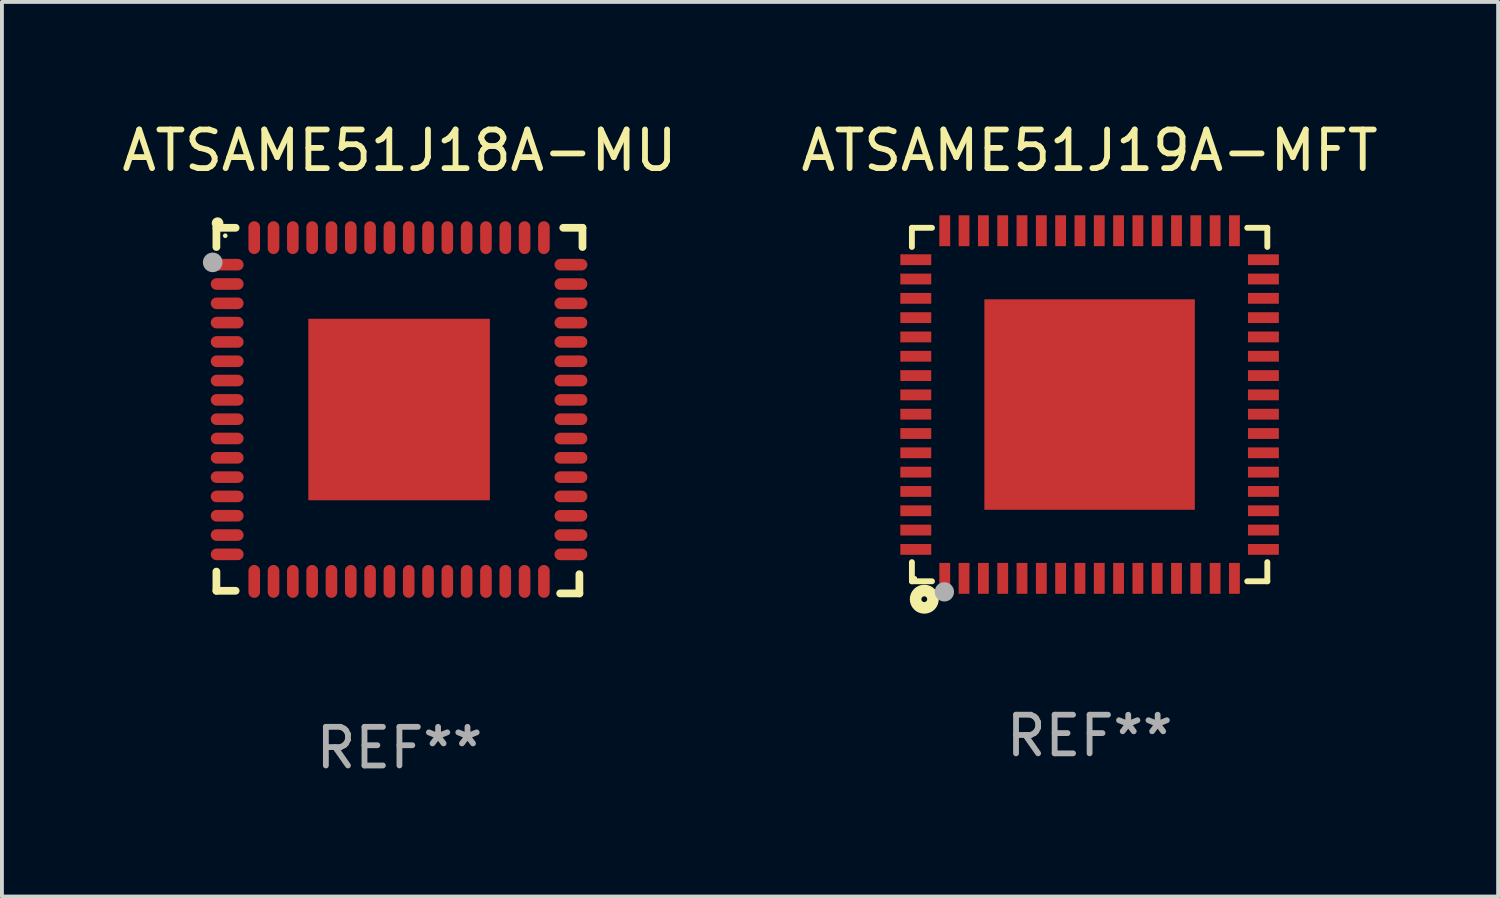
<source format=kicad_pcb>
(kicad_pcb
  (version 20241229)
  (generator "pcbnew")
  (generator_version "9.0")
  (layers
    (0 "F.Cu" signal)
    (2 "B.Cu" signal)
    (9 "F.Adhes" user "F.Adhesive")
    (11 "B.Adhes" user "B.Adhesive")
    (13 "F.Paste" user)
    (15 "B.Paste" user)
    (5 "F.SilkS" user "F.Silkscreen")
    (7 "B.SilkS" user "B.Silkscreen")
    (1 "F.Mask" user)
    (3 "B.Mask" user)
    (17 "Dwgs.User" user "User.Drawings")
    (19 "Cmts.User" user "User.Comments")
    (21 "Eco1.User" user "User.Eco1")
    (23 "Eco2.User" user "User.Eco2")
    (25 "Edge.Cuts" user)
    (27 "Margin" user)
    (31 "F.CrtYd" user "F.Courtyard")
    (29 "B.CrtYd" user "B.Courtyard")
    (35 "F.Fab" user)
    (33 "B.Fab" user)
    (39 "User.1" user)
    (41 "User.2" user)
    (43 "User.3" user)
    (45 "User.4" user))
  (footprint "ATSAME51J18A-MU"
    (layer "F.Cu")
    (at 7.292 7.581)
    (property "Reference" "ATSAME51J18A-MU" (at 0 -6.733 0) (layer "F.SilkS") (effects (font (size 1 1) (thickness 0.15))))
    (attr through_hole)
    (fp_line (start -4.739 -4.733) (end -4.241 -4.733) (stroke (width 0.2) (type solid)) (layer "F.SilkS"))
    (fp_line (start -4.739 -4.235) (end -4.739 -4.733) (stroke (width 0.2) (type solid)) (layer "F.SilkS"))
    (fp_line (start -4.739 4.168) (end -4.739 4.665) (stroke (width 0.2) (type solid)) (layer "F.SilkS"))
    (fp_line (start -4.739 4.665) (end -4.241 4.665) (stroke (width 0.2) (type solid)) (layer "F.SilkS"))
    (fp_line (start 4.161 4.733) (end 4.659 4.733) (stroke (width 0.2) (type solid)) (layer "F.SilkS"))
    (fp_line (start 4.241 -4.733) (end 4.739 -4.733) (stroke (width 0.2) (type solid)) (layer "F.SilkS"))
    (fp_line (start 4.659 4.733) (end 4.659 4.235) (stroke (width 0.2) (type solid)) (layer "F.SilkS"))
    (fp_line (start 4.739 -4.733) (end 4.739 -4.235) (stroke (width 0.2) (type solid)) (layer "F.SilkS"))
    (fp_arc (start -4.708623 -4.85108) (mid -4.708628 -4.85235) (end -4.708623 -4.85362) (stroke (width 0.3) (type solid)) (layer "F.SilkS"))
    (fp_circle (center -4.51 -4.528) (end -4.48 -4.528) (stroke (width 0.06) (type solid)) (fill no) (layer "F.SilkS"))
    (fp_circle (center -4.835 -3.838) (end -4.708 -3.838) (stroke (width 0.254) (type solid)) (fill no) (layer "F.Fab"))
    (fp_text user "REF**" (at 0 8.733 0) (layer "F.Fab") (effects (font (size 1 1) (thickness 0.15))))
    (pad "1" smd oval (at -4.46 -3.778) (size 0.85 0.3) (layers "F.Cu" "F.Mask" "F.Paste"))
    (pad "2" smd oval (at -4.46 -3.278) (size 0.85 0.3) (layers "F.Cu" "F.Mask" "F.Paste"))
    (pad "3" smd oval (at -4.46 -2.778) (size 0.85 0.3) (layers "F.Cu" "F.Mask" "F.Paste"))
    (pad "4" smd oval (at -4.46 -2.278) (size 0.85 0.3) (layers "F.Cu" "F.Mask" "F.Paste"))
    (pad "5" smd oval (at -4.46 -1.778) (size 0.85 0.3) (layers "F.Cu" "F.Mask" "F.Paste"))
    (pad "6" smd oval (at -4.46 -1.278) (size 0.85 0.3) (layers "F.Cu" "F.Mask" "F.Paste"))
    (pad "7" smd oval (at -4.46 -0.778) (size 0.85 0.3) (layers "F.Cu" "F.Mask" "F.Paste"))
    (pad "8" smd oval (at -4.46 -0.278) (size 0.85 0.3) (layers "F.Cu" "F.Mask" "F.Paste"))
    (pad "9" smd oval (at -4.46 0.222) (size 0.85 0.3) (layers "F.Cu" "F.Mask" "F.Paste"))
    (pad "10" smd oval (at -4.46 0.722) (size 0.85 0.3) (layers "F.Cu" "F.Mask" "F.Paste"))
    (pad "11" smd oval (at -4.46 1.222) (size 0.85 0.3) (layers "F.Cu" "F.Mask" "F.Paste"))
    (pad "12" smd oval (at -4.46 1.722) (size 0.85 0.3) (layers "F.Cu" "F.Mask" "F.Paste"))
    (pad "13" smd oval (at -4.46 2.222) (size 0.85 0.3) (layers "F.Cu" "F.Mask" "F.Paste"))
    (pad "14" smd oval (at -4.46 2.722) (size 0.85 0.3) (layers "F.Cu" "F.Mask" "F.Paste"))
    (pad "15" smd oval (at -4.46 3.222) (size 0.85 0.3) (layers "F.Cu" "F.Mask" "F.Paste"))
    (pad "16" smd oval (at -4.46 3.722) (size 0.85 0.3) (layers "F.Cu" "F.Mask" "F.Paste"))
    (pad "17" smd oval (at -3.76 4.422) (size 0.3 0.85) (layers "F.Cu" "F.Mask" "F.Paste"))
    (pad "18" smd oval (at -3.26 4.422) (size 0.3 0.85) (layers "F.Cu" "F.Mask" "F.Paste"))
    (pad "19" smd oval (at -2.76 4.422) (size 0.3 0.85) (layers "F.Cu" "F.Mask" "F.Paste"))
    (pad "20" smd oval (at -2.26 4.422) (size 0.3 0.85) (layers "F.Cu" "F.Mask" "F.Paste"))
    (pad "21" smd oval (at -1.76 4.422) (size 0.3 0.85) (layers "F.Cu" "F.Mask" "F.Paste"))
    (pad "22" smd oval (at -1.26 4.422) (size 0.3 0.85) (layers "F.Cu" "F.Mask" "F.Paste"))
    (pad "23" smd oval (at -0.76 4.422) (size 0.3 0.85) (layers "F.Cu" "F.Mask" "F.Paste"))
    (pad "24" smd oval (at -0.26 4.422) (size 0.3 0.85) (layers "F.Cu" "F.Mask" "F.Paste"))
    (pad "25" smd oval (at 0.24 4.422) (size 0.3 0.85) (layers "F.Cu" "F.Mask" "F.Paste"))
    (pad "26" smd oval (at 0.74 4.422) (size 0.3 0.85) (layers "F.Cu" "F.Mask" "F.Paste"))
    (pad "27" smd oval (at 1.24 4.422) (size 0.3 0.85) (layers "F.Cu" "F.Mask" "F.Paste"))
    (pad "28" smd oval (at 1.74 4.422) (size 0.3 0.85) (layers "F.Cu" "F.Mask" "F.Paste"))
    (pad "29" smd oval (at 2.24 4.422) (size 0.3 0.85) (layers "F.Cu" "F.Mask" "F.Paste"))
    (pad "30" smd oval (at 2.74 4.422) (size 0.3 0.85) (layers "F.Cu" "F.Mask" "F.Paste"))
    (pad "31" smd oval (at 3.24 4.422) (size 0.3 0.85) (layers "F.Cu" "F.Mask" "F.Paste"))
    (pad "32" smd oval (at 3.74 4.422) (size 0.3 0.85) (layers "F.Cu" "F.Mask" "F.Paste"))
    (pad "33" smd oval (at 4.44 3.723) (size 0.85 0.3) (layers "F.Cu" "F.Mask" "F.Paste"))
    (pad "34" smd oval (at 4.44 3.222) (size 0.85 0.3) (layers "F.Cu" "F.Mask" "F.Paste"))
    (pad "35" smd oval (at 4.44 2.723) (size 0.85 0.3) (layers "F.Cu" "F.Mask" "F.Paste"))
    (pad "36" smd oval (at 4.44 2.222) (size 0.85 0.3) (layers "F.Cu" "F.Mask" "F.Paste"))
    (pad "37" smd oval (at 4.44 1.723) (size 0.85 0.3) (layers "F.Cu" "F.Mask" "F.Paste"))
    (pad "38" smd oval (at 4.44 1.222) (size 0.85 0.3) (layers "F.Cu" "F.Mask" "F.Paste"))
    (pad "39" smd oval (at 4.44 0.723) (size 0.85 0.3) (layers "F.Cu" "F.Mask" "F.Paste"))
    (pad "40" smd oval (at 4.44 0.222) (size 0.85 0.3) (layers "F.Cu" "F.Mask" "F.Paste"))
    (pad "41" smd oval (at 4.44 -0.277) (size 0.85 0.3) (layers "F.Cu" "F.Mask" "F.Paste"))
    (pad "42" smd oval (at 4.44 -0.778) (size 0.85 0.3) (layers "F.Cu" "F.Mask" "F.Paste"))
    (pad "43" smd oval (at 4.44 -1.277) (size 0.85 0.3) (layers "F.Cu" "F.Mask" "F.Paste"))
    (pad "44" smd oval (at 4.44 -1.778) (size 0.85 0.3) (layers "F.Cu" "F.Mask" "F.Paste"))
    (pad "45" smd oval (at 4.44 -2.277) (size 0.85 0.3) (layers "F.Cu" "F.Mask" "F.Paste"))
    (pad "46" smd oval (at 4.44 -2.778) (size 0.85 0.3) (layers "F.Cu" "F.Mask" "F.Paste"))
    (pad "47" smd oval (at 4.44 -3.277) (size 0.85 0.3) (layers "F.Cu" "F.Mask" "F.Paste"))
    (pad "48" smd oval (at 4.44 -3.778) (size 0.85 0.3) (layers "F.Cu" "F.Mask" "F.Paste"))
    (pad "49" smd oval (at 3.74 -4.478) (size 0.3 0.85) (layers "F.Cu" "F.Mask" "F.Paste"))
    (pad "50" smd oval (at 3.24 -4.478) (size 0.3 0.85) (layers "F.Cu" "F.Mask" "F.Paste"))
    (pad "51" smd oval (at 2.74 -4.478) (size 0.3 0.85) (layers "F.Cu" "F.Mask" "F.Paste"))
    (pad "52" smd oval (at 2.24 -4.478) (size 0.3 0.85) (layers "F.Cu" "F.Mask" "F.Paste"))
    (pad "53" smd oval (at 1.74 -4.478) (size 0.3 0.85) (layers "F.Cu" "F.Mask" "F.Paste"))
    (pad "54" smd oval (at 1.24 -4.478) (size 0.3 0.85) (layers "F.Cu" "F.Mask" "F.Paste"))
    (pad "55" smd oval (at 0.74 -4.478) (size 0.3 0.85) (layers "F.Cu" "F.Mask" "F.Paste"))
    (pad "56" smd oval (at 0.24 -4.478) (size 0.3 0.85) (layers "F.Cu" "F.Mask" "F.Paste"))
    (pad "57" smd oval (at -0.26 -4.478) (size 0.3 0.85) (layers "F.Cu" "F.Mask" "F.Paste"))
    (pad "58" smd oval (at -0.76 -4.478) (size 0.3 0.85) (layers "F.Cu" "F.Mask" "F.Paste"))
    (pad "59" smd oval (at -1.26 -4.478) (size 0.3 0.85) (layers "F.Cu" "F.Mask" "F.Paste"))
    (pad "60" smd oval (at -1.76 -4.478) (size 0.3 0.85) (layers "F.Cu" "F.Mask" "F.Paste"))
    (pad "61" smd oval (at -2.26 -4.478) (size 0.3 0.85) (layers "F.Cu" "F.Mask" "F.Paste"))
    (pad "62" smd oval (at -2.76 -4.478) (size 0.3 0.85) (layers "F.Cu" "F.Mask" "F.Paste"))
    (pad "63" smd oval (at -3.26 -4.478) (size 0.3 0.85) (layers "F.Cu" "F.Mask" "F.Paste"))
    (pad "64" smd oval (at -3.76 -4.478) (size 0.3 0.85) (layers "F.Cu" "F.Mask" "F.Paste"))
    (pad "65" smd rect (at -0.009 -0.028 90) (size 4.7 4.7) (layers "F.Cu" "F.Mask" "F.Paste")))
  (footprint "ATSAME51J19A-MFT"
    (layer "F.Cu")
    (at 25.161 7.424)
    (property "Reference" "ATSAME51J19A-MFT" (at 0 -6.576 0) (layer "F.SilkS") (effects (font (size 1 1) (thickness 0.15))))
    (attr through_hole)
    (fp_line (start -4.601 -4.576) (end -4.081 -4.576) (stroke (width 0.152) (type solid)) (layer "F.SilkS"))
    (fp_line (start -4.601 -4.081) (end -4.601 -4.576) (stroke (width 0.152) (type solid)) (layer "F.SilkS"))
    (fp_line (start -4.601 4.081) (end -4.601 4.576) (stroke (width 0.152) (type solid)) (layer "F.SilkS"))
    (fp_line (start -4.601 4.576) (end -4.081 4.576) (stroke (width 0.152) (type solid)) (layer "F.SilkS"))
    (fp_line (start 4.601 -4.576) (end 4.081 -4.576) (stroke (width 0.152) (type solid)) (layer "F.SilkS"))
    (fp_line (start 4.601 -4.081) (end 4.601 -4.576) (stroke (width 0.152) (type solid)) (layer "F.SilkS"))
    (fp_line (start 4.601 4.081) (end 4.601 4.576) (stroke (width 0.152) (type solid)) (layer "F.SilkS"))
    (fp_line (start 4.601 4.576) (end 4.081 4.576) (stroke (width 0.152) (type solid)) (layer "F.SilkS"))
    (fp_circle (center -4.525 4.5) (end -4.495 4.5) (stroke (width 0.06) (type solid)) (fill no) (layer "F.SilkS"))
    (fp_circle (center -4.28 5.04) (end -4.205 5.04) (stroke (width 0.3) (type solid)) (fill no) (layer "F.SilkS"))
    (fp_circle (center -3.76 4.85) (end -3.635 4.85) (stroke (width 0.25) (type solid)) (fill no) (layer "F.Fab"))
    (fp_text user "REF**" (at 0 8.576 0) (layer "F.Fab") (effects (font (size 1 1) (thickness 0.15))))
    (pad "1" smd rect (at -3.75 4.5) (size 0.28 0.8) (layers "F.Cu" "F.Mask" "F.Paste"))
    (pad "2" smd rect (at -3.25 4.5) (size 0.28 0.8) (layers "F.Cu" "F.Mask" "F.Paste"))
    (pad "3" smd rect (at -2.75 4.5) (size 0.28 0.8) (layers "F.Cu" "F.Mask" "F.Paste"))
    (pad "4" smd rect (at -2.25 4.5) (size 0.28 0.8) (layers "F.Cu" "F.Mask" "F.Paste"))
    (pad "5" smd rect (at -1.75 4.5) (size 0.28 0.8) (layers "F.Cu" "F.Mask" "F.Paste"))
    (pad "6" smd rect (at -1.25 4.5) (size 0.28 0.8) (layers "F.Cu" "F.Mask" "F.Paste"))
    (pad "7" smd rect (at -0.75 4.5) (size 0.28 0.8) (layers "F.Cu" "F.Mask" "F.Paste"))
    (pad "8" smd rect (at -0.25 4.5) (size 0.28 0.8) (layers "F.Cu" "F.Mask" "F.Paste"))
    (pad "9" smd rect (at 0.25 4.5) (size 0.28 0.8) (layers "F.Cu" "F.Mask" "F.Paste"))
    (pad "10" smd rect (at 0.75 4.5) (size 0.28 0.8) (layers "F.Cu" "F.Mask" "F.Paste"))
    (pad "11" smd rect (at 1.25 4.5) (size 0.28 0.8) (layers "F.Cu" "F.Mask" "F.Paste"))
    (pad "12" smd rect (at 1.75 4.5) (size 0.28 0.8) (layers "F.Cu" "F.Mask" "F.Paste"))
    (pad "13" smd rect (at 2.25 4.5) (size 0.28 0.8) (layers "F.Cu" "F.Mask" "F.Paste"))
    (pad "14" smd rect (at 2.75 4.5) (size 0.28 0.8) (layers "F.Cu" "F.Mask" "F.Paste"))
    (pad "15" smd rect (at 3.25 4.5) (size 0.28 0.8) (layers "F.Cu" "F.Mask" "F.Paste"))
    (pad "16" smd rect (at 3.75 4.5) (size 0.28 0.8) (layers "F.Cu" "F.Mask" "F.Paste"))
    (pad "17" smd rect (at 4.5 3.75) (size 0.8 0.28) (layers "F.Cu" "F.Mask" "F.Paste"))
    (pad "18" smd rect (at 4.5 3.25) (size 0.8 0.28) (layers "F.Cu" "F.Mask" "F.Paste"))
    (pad "19" smd rect (at 4.5 2.75) (size 0.8 0.28) (layers "F.Cu" "F.Mask" "F.Paste"))
    (pad "20" smd rect (at 4.5 2.25) (size 0.8 0.28) (layers "F.Cu" "F.Mask" "F.Paste"))
    (pad "21" smd rect (at 4.5 1.75) (size 0.8 0.28) (layers "F.Cu" "F.Mask" "F.Paste"))
    (pad "22" smd rect (at 4.5 1.25) (size 0.8 0.28) (layers "F.Cu" "F.Mask" "F.Paste"))
    (pad "23" smd rect (at 4.5 0.75) (size 0.8 0.28) (layers "F.Cu" "F.Mask" "F.Paste"))
    (pad "24" smd rect (at 4.5 0.25) (size 0.8 0.28) (layers "F.Cu" "F.Mask" "F.Paste"))
    (pad "25" smd rect (at 4.5 -0.25) (size 0.8 0.28) (layers "F.Cu" "F.Mask" "F.Paste"))
    (pad "26" smd rect (at 4.5 -0.75) (size 0.8 0.28) (layers "F.Cu" "F.Mask" "F.Paste"))
    (pad "27" smd rect (at 4.5 -1.25) (size 0.8 0.28) (layers "F.Cu" "F.Mask" "F.Paste"))
    (pad "28" smd rect (at 4.5 -1.75) (size 0.8 0.28) (layers "F.Cu" "F.Mask" "F.Paste"))
    (pad "29" smd rect (at 4.5 -2.25) (size 0.8 0.28) (layers "F.Cu" "F.Mask" "F.Paste"))
    (pad "30" smd rect (at 4.5 -2.75) (size 0.8 0.28) (layers "F.Cu" "F.Mask" "F.Paste"))
    (pad "31" smd rect (at 4.5 -3.25) (size 0.8 0.28) (layers "F.Cu" "F.Mask" "F.Paste"))
    (pad "32" smd rect (at 4.5 -3.75) (size 0.8 0.28) (layers "F.Cu" "F.Mask" "F.Paste"))
    (pad "33" smd rect (at 3.75 -4.5) (size 0.28 0.8) (layers "F.Cu" "F.Mask" "F.Paste"))
    (pad "34" smd rect (at 3.25 -4.5) (size 0.28 0.8) (layers "F.Cu" "F.Mask" "F.Paste"))
    (pad "35" smd rect (at 2.75 -4.5) (size 0.28 0.8) (layers "F.Cu" "F.Mask" "F.Paste"))
    (pad "36" smd rect (at 2.25 -4.5) (size 0.28 0.8) (layers "F.Cu" "F.Mask" "F.Paste"))
    (pad "37" smd rect (at 1.75 -4.5) (size 0.28 0.8) (layers "F.Cu" "F.Mask" "F.Paste"))
    (pad "38" smd rect (at 1.25 -4.5) (size 0.28 0.8) (layers "F.Cu" "F.Mask" "F.Paste"))
    (pad "39" smd rect (at 0.75 -4.5) (size 0.28 0.8) (layers "F.Cu" "F.Mask" "F.Paste"))
    (pad "40" smd rect (at 0.25 -4.5) (size 0.28 0.8) (layers "F.Cu" "F.Mask" "F.Paste"))
    (pad "41" smd rect (at -0.25 -4.5) (size 0.28 0.8) (layers "F.Cu" "F.Mask" "F.Paste"))
    (pad "42" smd rect (at -0.75 -4.5) (size 0.28 0.8) (layers "F.Cu" "F.Mask" "F.Paste"))
    (pad "43" smd rect (at -1.25 -4.5) (size 0.28 0.8) (layers "F.Cu" "F.Mask" "F.Paste"))
    (pad "44" smd rect (at -1.75 -4.5) (size 0.28 0.8) (layers "F.Cu" "F.Mask" "F.Paste"))
    (pad "45" smd rect (at -2.25 -4.5) (size 0.28 0.8) (layers "F.Cu" "F.Mask" "F.Paste"))
    (pad "46" smd rect (at -2.75 -4.5) (size 0.28 0.8) (layers "F.Cu" "F.Mask" "F.Paste"))
    (pad "47" smd rect (at -3.25 -4.5) (size 0.28 0.8) (layers "F.Cu" "F.Mask" "F.Paste"))
    (pad "48" smd rect (at -3.75 -4.5) (size 0.28 0.8) (layers "F.Cu" "F.Mask" "F.Paste"))
    (pad "49" smd rect (at -4.5 -3.75) (size 0.8 0.28) (layers "F.Cu" "F.Mask" "F.Paste"))
    (pad "50" smd rect (at -4.5 -3.25) (size 0.8 0.28) (layers "F.Cu" "F.Mask" "F.Paste"))
    (pad "51" smd rect (at -4.5 -2.75) (size 0.8 0.28) (layers "F.Cu" "F.Mask" "F.Paste"))
    (pad "52" smd rect (at -4.5 -2.25) (size 0.8 0.28) (layers "F.Cu" "F.Mask" "F.Paste"))
    (pad "53" smd rect (at -4.5 -1.75) (size 0.8 0.28) (layers "F.Cu" "F.Mask" "F.Paste"))
    (pad "54" smd rect (at -4.5 -1.25) (size 0.8 0.28) (layers "F.Cu" "F.Mask" "F.Paste"))
    (pad "55" smd rect (at -4.5 -0.75) (size 0.8 0.28) (layers "F.Cu" "F.Mask" "F.Paste"))
    (pad "56" smd rect (at -4.5 -0.25) (size 0.8 0.28) (layers "F.Cu" "F.Mask" "F.Paste"))
    (pad "57" smd rect (at -4.5 0.25) (size 0.8 0.28) (layers "F.Cu" "F.Mask" "F.Paste"))
    (pad "58" smd rect (at -4.5 0.75) (size 0.8 0.28) (layers "F.Cu" "F.Mask" "F.Paste"))
    (pad "59" smd rect (at -4.5 1.25) (size 0.8 0.28) (layers "F.Cu" "F.Mask" "F.Paste"))
    (pad "60" smd rect (at -4.5 1.75) (size 0.8 0.28) (layers "F.Cu" "F.Mask" "F.Paste"))
    (pad "61" smd rect (at -4.5 2.25) (size 0.8 0.28) (layers "F.Cu" "F.Mask" "F.Paste"))
    (pad "62" smd rect (at -4.5 2.75) (size 0.8 0.28) (layers "F.Cu" "F.Mask" "F.Paste"))
    (pad "63" smd rect (at -4.5 3.25) (size 0.8 0.28) (layers "F.Cu" "F.Mask" "F.Paste"))
    (pad "64" smd rect (at -4.5 3.75) (size 0.8 0.28) (layers "F.Cu" "F.Mask" "F.Paste"))
    (pad "65" smd rect (at 0 0) (size 5.45 5.45) (layers "F.Cu" "F.Mask" "F.Paste")))
  (gr_rect
    (start -3 -3)
    (end 35.738 20.162)
    (stroke (width 0.1) (type default))
    (fill no)
    (layer "Edge.Cuts")))
</source>
